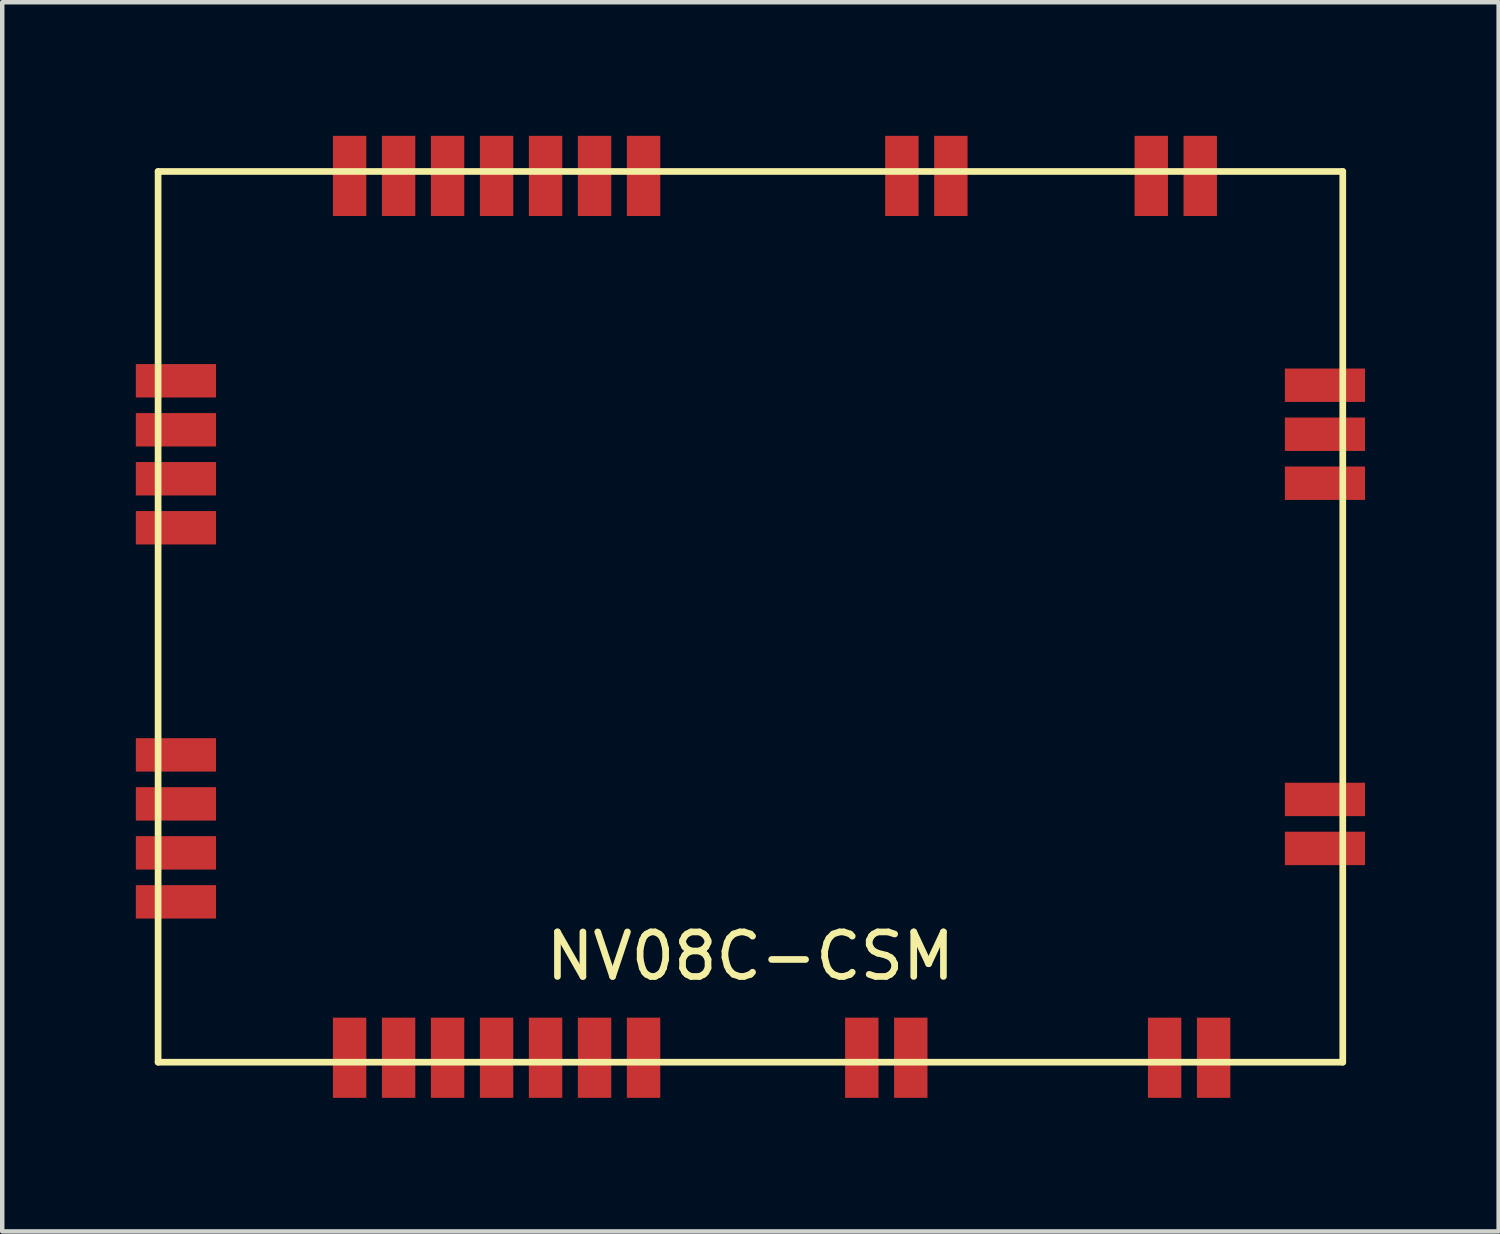
<source format=kicad_pcb>
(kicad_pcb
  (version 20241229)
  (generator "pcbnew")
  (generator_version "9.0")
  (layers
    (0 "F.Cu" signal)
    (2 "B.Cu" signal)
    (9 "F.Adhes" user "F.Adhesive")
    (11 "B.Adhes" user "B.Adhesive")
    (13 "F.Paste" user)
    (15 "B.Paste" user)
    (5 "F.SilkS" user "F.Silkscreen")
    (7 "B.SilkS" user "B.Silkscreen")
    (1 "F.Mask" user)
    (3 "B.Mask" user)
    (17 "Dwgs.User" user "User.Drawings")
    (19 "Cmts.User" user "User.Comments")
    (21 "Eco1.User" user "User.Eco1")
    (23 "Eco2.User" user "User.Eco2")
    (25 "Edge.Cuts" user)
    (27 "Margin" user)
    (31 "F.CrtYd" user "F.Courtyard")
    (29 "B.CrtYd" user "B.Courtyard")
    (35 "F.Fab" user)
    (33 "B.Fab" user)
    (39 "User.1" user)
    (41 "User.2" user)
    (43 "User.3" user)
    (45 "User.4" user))
  (footprint "NV08C-CSM"
    (layer "F.Cu")
    (at 13.8 10.8)
    (property "Reference" "NV08C-CSM" (at 0 7.62 0) (layer "F.SilkS") (effects (font (size 1 1) (thickness 0.15))))
    (attr through_hole)
    (fp_line (start -13.3 -10) (end -13.3 10) (stroke (width 0.15) (type solid)) (layer "F.SilkS"))
    (fp_line (start -13.3 -10) (end 13.3 -10) (stroke (width 0.15) (type solid)) (layer "F.SilkS"))
    (fp_line (start -13.3 10) (end 13.3 10) (stroke (width 0.15) (type solid)) (layer "F.SilkS"))
    (fp_line (start 13.3 10) (end 13.3 -10) (stroke (width 0.15) (type solid)) (layer "F.SilkS"))
    (pad "1" smd rect (at -9 9.9) (size 0.75 1.8) (layers "F.Cu" "F.Mask" "F.Paste"))
    (pad "2" smd rect (at -7.9 9.9) (size 0.75 1.8) (layers "F.Cu" "F.Mask" "F.Paste"))
    (pad "3" smd rect (at -6.8 9.9) (size 0.75 1.8) (layers "F.Cu" "F.Mask" "F.Paste"))
    (pad "4" smd rect (at -5.7 9.9) (size 0.75 1.8) (layers "F.Cu" "F.Mask" "F.Paste"))
    (pad "5" smd rect (at -4.6 9.9) (size 0.75 1.8) (layers "F.Cu" "F.Mask" "F.Paste"))
    (pad "6" smd rect (at -3.5 9.9) (size 0.75 1.8) (layers "F.Cu" "F.Mask" "F.Paste"))
    (pad "7" smd rect (at -2.4 9.9) (size 0.75 1.8) (layers "F.Cu" "F.Mask" "F.Paste"))
    (pad "8" smd rect (at 2.5 9.9) (size 0.75 1.8) (layers "F.Cu" "F.Mask" "F.Paste"))
    (pad "9" smd rect (at 3.6 9.9) (size 0.75 1.8) (layers "F.Cu" "F.Mask" "F.Paste"))
    (pad "10" smd rect (at 9.3 9.9) (size 0.75 1.8) (layers "F.Cu" "F.Mask" "F.Paste"))
    (pad "11" smd rect (at 10.4 9.9) (size 0.75 1.8) (layers "F.Cu" "F.Mask" "F.Paste"))
    (pad "12" smd rect (at 12.9 5.2 90) (size 0.75 1.8) (layers "F.Cu" "F.Mask" "F.Paste"))
    (pad "13" smd rect (at 12.9 4.1 90) (size 0.75 1.8) (layers "F.Cu" "F.Mask" "F.Paste"))
    (pad "14" smd rect (at 12.9 -3 90) (size 0.75 1.8) (layers "F.Cu" "F.Mask" "F.Paste"))
    (pad "15" smd rect (at 12.9 -4.1 90) (size 0.75 1.8) (layers "F.Cu" "F.Mask" "F.Paste"))
    (pad "16" smd rect (at 12.9 -5.2 90) (size 0.75 1.8) (layers "F.Cu" "F.Mask" "F.Paste"))
    (pad "17" smd rect (at 10.1 -9.9) (size 0.75 1.8) (layers "F.Cu" "F.Mask" "F.Paste"))
    (pad "18" smd rect (at 9 -9.9) (size 0.75 1.8) (layers "F.Cu" "F.Mask" "F.Paste"))
    (pad "19" smd rect (at 4.5 -9.9) (size 0.75 1.8) (layers "F.Cu" "F.Mask" "F.Paste"))
    (pad "20" smd rect (at 3.4 -9.9) (size 0.75 1.8) (layers "F.Cu" "F.Mask" "F.Paste"))
    (pad "21" smd rect (at -2.4 -9.9) (size 0.75 1.8) (layers "F.Cu" "F.Mask" "F.Paste"))
    (pad "22" smd rect (at -3.5 -9.9) (size 0.75 1.8) (layers "F.Cu" "F.Mask" "F.Paste"))
    (pad "23" smd rect (at -4.6 -9.9) (size 0.75 1.8) (layers "F.Cu" "F.Mask" "F.Paste"))
    (pad "24" smd rect (at -5.7 -9.9) (size 0.75 1.8) (layers "F.Cu" "F.Mask" "F.Paste"))
    (pad "25" smd rect (at -6.8 -9.9) (size 0.75 1.8) (layers "F.Cu" "F.Mask" "F.Paste"))
    (pad "26" smd rect (at -7.9 -9.9) (size 0.75 1.8) (layers "F.Cu" "F.Mask" "F.Paste"))
    (pad "27" smd rect (at -9 -9.9) (size 0.75 1.8) (layers "F.Cu" "F.Mask" "F.Paste"))
    (pad "28" smd rect (at -12.9 -5.3 90) (size 0.75 1.8) (layers "F.Cu" "F.Mask" "F.Paste"))
    (pad "29" smd rect (at -12.9 -4.2 90) (size 0.75 1.8) (layers "F.Cu" "F.Mask" "F.Paste"))
    (pad "30" smd rect (at -12.9 -3.1 90) (size 0.75 1.8) (layers "F.Cu" "F.Mask" "F.Paste"))
    (pad "31" smd rect (at -12.9 -2 90) (size 0.75 1.8) (layers "F.Cu" "F.Mask" "F.Paste"))
    (pad "32" smd rect (at -12.9 3.1 90) (size 0.75 1.8) (layers "F.Cu" "F.Mask" "F.Paste"))
    (pad "33" smd rect (at -12.9 4.2 90) (size 0.75 1.8) (layers "F.Cu" "F.Mask" "F.Paste"))
    (pad "34" smd rect (at -12.9 5.3 90) (size 0.75 1.8) (layers "F.Cu" "F.Mask" "F.Paste"))
    (pad "35" smd rect (at -12.9 6.4 90) (size 0.75 1.8) (layers "F.Cu" "F.Mask" "F.Paste")))
  (gr_rect
    (start -3 -3)
    (end 30.6 24.6)
    (stroke (width 0.1) (type default))
    (fill no)
    (layer "Edge.Cuts")))
</source>
